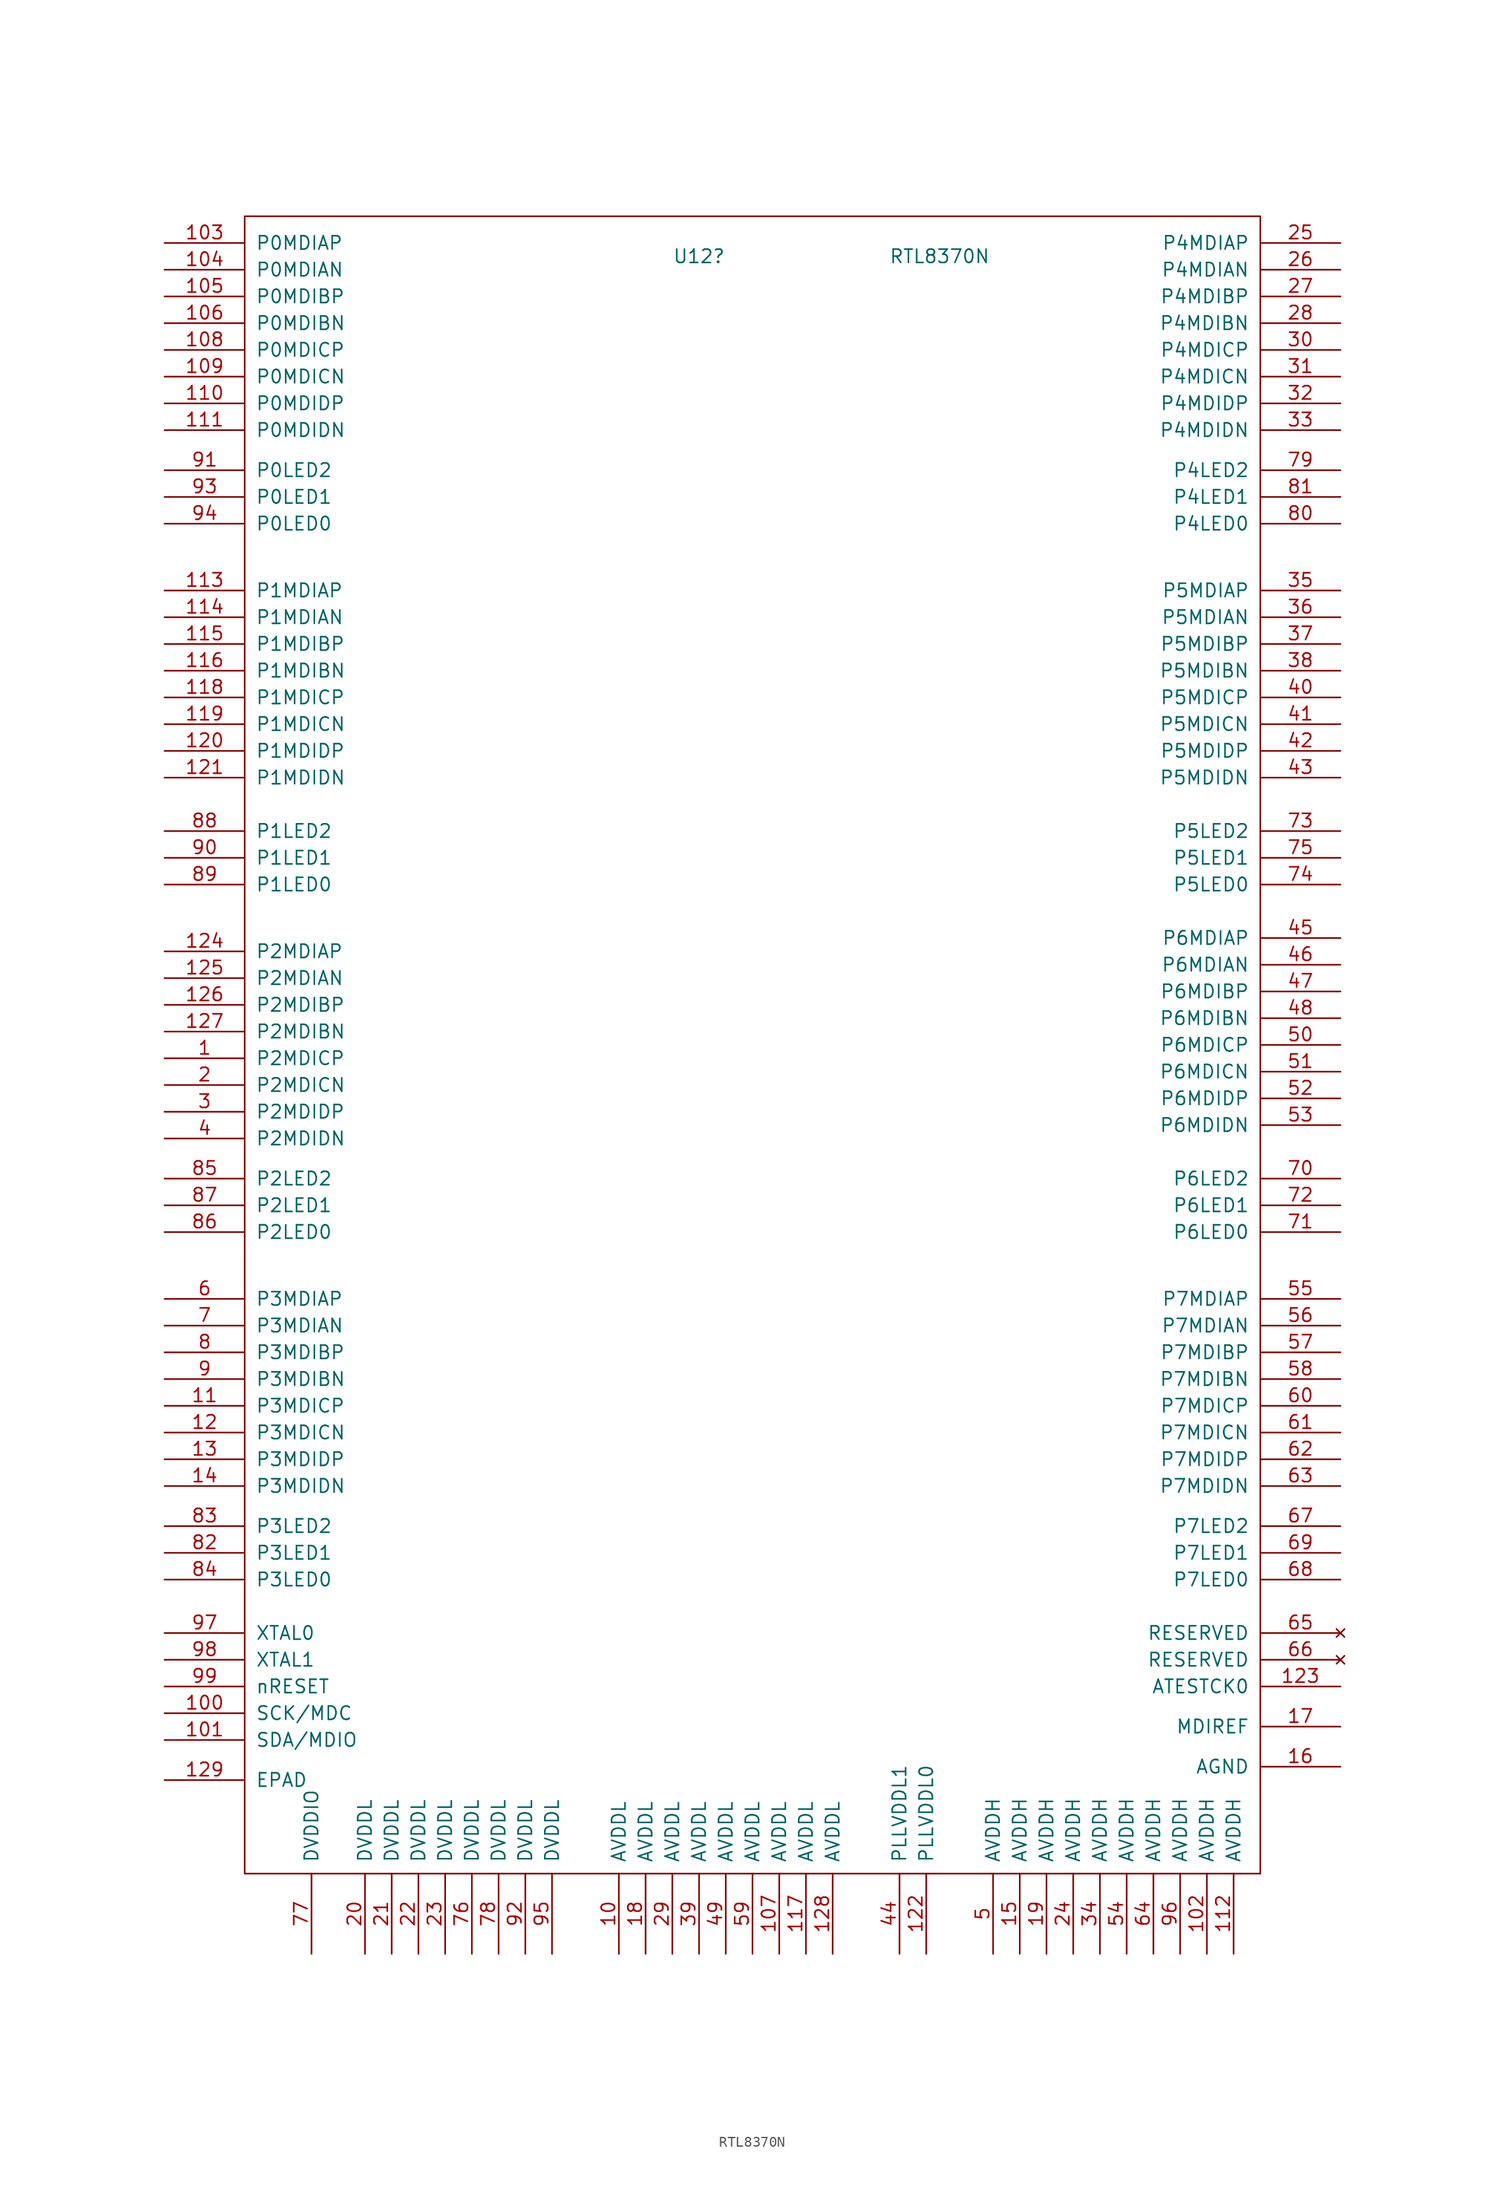
<source format=kicad_sym>
(kicad_symbol_lib
  (version 20220914)
  (generator kicad_symbol_editor)
  (symbol "RTL8370N"
    (pin_names
      (offset 1.016))
    (property "Reference" "U12"
      (at 31.75 158.75 0)
      (effects (font (size 1.27 1.27))))
    (property "Value" "RTL8370N"
      (at 54.61 158.75 0)
      (effects (font (size 1.27 1.27))))
    (symbol "RTL8370N_1_0"
      (rectangle (start -11.43 162.56) (end 85.09 5.08) (stroke (width 0) (type default)) (fill (type none))))
    (symbol "RTL8370N_1_1"
      (pin bidirectional line (at -19.05 82.55 0) (length 7.62) (name "P2MDICP" (effects (font (size 1.27 1.27)))) (number "1" (effects (font (size 1.27 1.27)))))
      (pin bidirectional line (at 24.13 -2.54 90) (length 7.62) (name "AVDDL" (effects (font (size 1.27 1.27)))) (number "10" (effects (font (size 1.27 1.27)))))
      (pin bidirectional line (at -19.05 20.32 0) (length 7.62) (name "SCK/MDC" (effects (font (size 1.27 1.27)))) (number "100" (effects (font (size 1.27 1.27)))))
      (pin bidirectional line (at -19.05 17.78 0) (length 7.62) (name "SDA/MDIO" (effects (font (size 1.27 1.27)))) (number "101" (effects (font (size 1.27 1.27)))))
      (pin bidirectional line (at 80.01 -2.54 90) (length 7.62) (name "AVDDH" (effects (font (size 1.27 1.27)))) (number "102" (effects (font (size 1.27 1.27)))))
      (pin bidirectional line (at -19.05 160.02 0) (length 7.62) (name "P0MDIAP" (effects (font (size 1.27 1.27)))) (number "103" (effects (font (size 1.27 1.27)))))
      (pin bidirectional line (at -19.05 157.48 0) (length 7.62) (name "P0MDIAN" (effects (font (size 1.27 1.27)))) (number "104" (effects (font (size 1.27 1.27)))))
      (pin bidirectional line (at -19.05 154.94 0) (length 7.62) (name "P0MDIBP" (effects (font (size 1.27 1.27)))) (number "105" (effects (font (size 1.27 1.27)))))
      (pin bidirectional line (at -19.05 152.4 0) (length 7.62) (name "P0MDIBN" (effects (font (size 1.27 1.27)))) (number "106" (effects (font (size 1.27 1.27)))))
      (pin bidirectional line (at 39.37 -2.54 90) (length 7.62) (name "AVDDL" (effects (font (size 1.27 1.27)))) (number "107" (effects (font (size 1.27 1.27)))))
      (pin bidirectional line (at -19.05 149.86 0) (length 7.62) (name "P0MDICP" (effects (font (size 1.27 1.27)))) (number "108" (effects (font (size 1.27 1.27)))))
      (pin bidirectional line (at -19.05 147.32 0) (length 7.62) (name "P0MDICN" (effects (font (size 1.27 1.27)))) (number "109" (effects (font (size 1.27 1.27)))))
      (pin bidirectional line (at -19.05 49.53 0) (length 7.62) (name "P3MDICP" (effects (font (size 1.27 1.27)))) (number "11" (effects (font (size 1.27 1.27)))))
      (pin bidirectional line (at -19.05 144.78 0) (length 7.62) (name "P0MDIDP" (effects (font (size 1.27 1.27)))) (number "110" (effects (font (size 1.27 1.27)))))
      (pin bidirectional line (at -19.05 142.24 0) (length 7.62) (name "P0MDIDN" (effects (font (size 1.27 1.27)))) (number "111" (effects (font (size 1.27 1.27)))))
      (pin bidirectional line (at 82.55 -2.54 90) (length 7.62) (name "AVDDH" (effects (font (size 1.27 1.27)))) (number "112" (effects (font (size 1.27 1.27)))))
      (pin bidirectional line (at -19.05 127 0) (length 7.62) (name "P1MDIAP" (effects (font (size 1.27 1.27)))) (number "113" (effects (font (size 1.27 1.27)))))
      (pin bidirectional line (at -19.05 124.46 0) (length 7.62) (name "P1MDIAN" (effects (font (size 1.27 1.27)))) (number "114" (effects (font (size 1.27 1.27)))))
      (pin bidirectional line (at -19.05 121.92 0) (length 7.62) (name "P1MDIBP" (effects (font (size 1.27 1.27)))) (number "115" (effects (font (size 1.27 1.27)))))
      (pin bidirectional line (at -19.05 119.38 0) (length 7.62) (name "P1MDIBN" (effects (font (size 1.27 1.27)))) (number "116" (effects (font (size 1.27 1.27)))))
      (pin bidirectional line (at 41.91 -2.54 90) (length 7.62) (name "AVDDL" (effects (font (size 1.27 1.27)))) (number "117" (effects (font (size 1.27 1.27)))))
      (pin bidirectional line (at -19.05 116.84 0) (length 7.62) (name "P1MDICP" (effects (font (size 1.27 1.27)))) (number "118" (effects (font (size 1.27 1.27)))))
      (pin bidirectional line (at -19.05 114.3 0) (length 7.62) (name "P1MDICN" (effects (font (size 1.27 1.27)))) (number "119" (effects (font (size 1.27 1.27)))))
      (pin bidirectional line (at -19.05 46.99 0) (length 7.62) (name "P3MDICN" (effects (font (size 1.27 1.27)))) (number "12" (effects (font (size 1.27 1.27)))))
      (pin bidirectional line (at -19.05 111.76 0) (length 7.62) (name "P1MDIDP" (effects (font (size 1.27 1.27)))) (number "120" (effects (font (size 1.27 1.27)))))
      (pin bidirectional line (at -19.05 109.22 0) (length 7.62) (name "P1MDIDN" (effects (font (size 1.27 1.27)))) (number "121" (effects (font (size 1.27 1.27)))))
      (pin bidirectional line (at 53.34 -2.54 90) (length 7.62) (name "PLLVDDL0" (effects (font (size 1.27 1.27)))) (number "122" (effects (font (size 1.27 1.27)))))
      (pin bidirectional line (at 92.71 22.86 180) (length 7.62) (name "ATESTCK0" (effects (font (size 1.27 1.27)))) (number "123" (effects (font (size 1.27 1.27)))))
      (pin bidirectional line (at -19.05 92.71 0) (length 7.62) (name "P2MDIAP" (effects (font (size 1.27 1.27)))) (number "124" (effects (font (size 1.27 1.27)))))
      (pin bidirectional line (at -19.05 90.17 0) (length 7.62) (name "P2MDIAN" (effects (font (size 1.27 1.27)))) (number "125" (effects (font (size 1.27 1.27)))))
      (pin bidirectional line (at -19.05 87.63 0) (length 7.62) (name "P2MDIBP" (effects (font (size 1.27 1.27)))) (number "126" (effects (font (size 1.27 1.27)))))
      (pin bidirectional line (at -19.05 85.09 0) (length 7.62) (name "P2MDIBN" (effects (font (size 1.27 1.27)))) (number "127" (effects (font (size 1.27 1.27)))))
      (pin bidirectional line (at 44.45 -2.54 90) (length 7.62) (name "AVDDL" (effects (font (size 1.27 1.27)))) (number "128" (effects (font (size 1.27 1.27)))))
      (pin input line (at -19.05 13.97 0) (length 7.62) (name "EPAD" (effects (font (size 1.27 1.27)))) (number "129" (effects (font (size 1.27 1.27)))))
      (pin bidirectional line (at -19.05 44.45 0) (length 7.62) (name "P3MDIDP" (effects (font (size 1.27 1.27)))) (number "13" (effects (font (size 1.27 1.27)))))
      (pin bidirectional line (at -19.05 41.91 0) (length 7.62) (name "P3MDIDN" (effects (font (size 1.27 1.27)))) (number "14" (effects (font (size 1.27 1.27)))))
      (pin bidirectional line (at 62.23 -2.54 90) (length 7.62) (name "AVDDH" (effects (font (size 1.27 1.27)))) (number "15" (effects (font (size 1.27 1.27)))))
      (pin bidirectional line (at 92.71 15.24 180) (length 7.62) (name "AGND" (effects (font (size 1.27 1.27)))) (number "16" (effects (font (size 1.27 1.27)))))
      (pin bidirectional line (at 92.71 19.05 180) (length 7.62) (name "MDIREF" (effects (font (size 1.27 1.27)))) (number "17" (effects (font (size 1.27 1.27)))))
      (pin bidirectional line (at 26.67 -2.54 90) (length 7.62) (name "AVDDL" (effects (font (size 1.27 1.27)))) (number "18" (effects (font (size 1.27 1.27)))))
      (pin bidirectional line (at 64.77 -2.54 90) (length 7.62) (name "AVDDH" (effects (font (size 1.27 1.27)))) (number "19" (effects (font (size 1.27 1.27)))))
      (pin bidirectional line (at -19.05 80.01 0) (length 7.62) (name "P2MDICN" (effects (font (size 1.27 1.27)))) (number "2" (effects (font (size 1.27 1.27)))))
      (pin bidirectional line (at 0 -2.54 90) (length 7.62) (name "DVDDL" (effects (font (size 1.27 1.27)))) (number "20" (effects (font (size 1.27 1.27)))))
      (pin bidirectional line (at 2.54 -2.54 90) (length 7.62) (name "DVDDL" (effects (font (size 1.27 1.27)))) (number "21" (effects (font (size 1.27 1.27)))))
      (pin bidirectional line (at 5.08 -2.54 90) (length 7.62) (name "DVDDL" (effects (font (size 1.27 1.27)))) (number "22" (effects (font (size 1.27 1.27)))))
      (pin bidirectional line (at 7.62 -2.54 90) (length 7.62) (name "DVDDL" (effects (font (size 1.27 1.27)))) (number "23" (effects (font (size 1.27 1.27)))))
      (pin bidirectional line (at 67.31 -2.54 90) (length 7.62) (name "AVDDH" (effects (font (size 1.27 1.27)))) (number "24" (effects (font (size 1.27 1.27)))))
      (pin bidirectional line (at 92.71 160.02 180) (length 7.62) (name "P4MDIAP" (effects (font (size 1.27 1.27)))) (number "25" (effects (font (size 1.27 1.27)))))
      (pin bidirectional line (at 92.71 157.48 180) (length 7.62) (name "P4MDIAN" (effects (font (size 1.27 1.27)))) (number "26" (effects (font (size 1.27 1.27)))))
      (pin bidirectional line (at 92.71 154.94 180) (length 7.62) (name "P4MDIBP" (effects (font (size 1.27 1.27)))) (number "27" (effects (font (size 1.27 1.27)))))
      (pin bidirectional line (at 92.71 152.4 180) (length 7.62) (name "P4MDIBN" (effects (font (size 1.27 1.27)))) (number "28" (effects (font (size 1.27 1.27)))))
      (pin bidirectional line (at 29.21 -2.54 90) (length 7.62) (name "AVDDL" (effects (font (size 1.27 1.27)))) (number "29" (effects (font (size 1.27 1.27)))))
      (pin bidirectional line (at -19.05 77.47 0) (length 7.62) (name "P2MDIDP" (effects (font (size 1.27 1.27)))) (number "3" (effects (font (size 1.27 1.27)))))
      (pin bidirectional line (at 92.71 149.86 180) (length 7.62) (name "P4MDICP" (effects (font (size 1.27 1.27)))) (number "30" (effects (font (size 1.27 1.27)))))
      (pin bidirectional line (at 92.71 147.32 180) (length 7.62) (name "P4MDICN" (effects (font (size 1.27 1.27)))) (number "31" (effects (font (size 1.27 1.27)))))
      (pin bidirectional line (at 92.71 144.78 180) (length 7.62) (name "P4MDIDP" (effects (font (size 1.27 1.27)))) (number "32" (effects (font (size 1.27 1.27)))))
      (pin bidirectional line (at 92.71 142.24 180) (length 7.62) (name "P4MDIDN" (effects (font (size 1.27 1.27)))) (number "33" (effects (font (size 1.27 1.27)))))
      (pin bidirectional line (at 69.85 -2.54 90) (length 7.62) (name "AVDDH" (effects (font (size 1.27 1.27)))) (number "34" (effects (font (size 1.27 1.27)))))
      (pin bidirectional line (at 92.71 127 180) (length 7.62) (name "P5MDIAP" (effects (font (size 1.27 1.27)))) (number "35" (effects (font (size 1.27 1.27)))))
      (pin bidirectional line (at 92.71 124.46 180) (length 7.62) (name "P5MDIAN" (effects (font (size 1.27 1.27)))) (number "36" (effects (font (size 1.27 1.27)))))
      (pin bidirectional line (at 92.71 121.92 180) (length 7.62) (name "P5MDIBP" (effects (font (size 1.27 1.27)))) (number "37" (effects (font (size 1.27 1.27)))))
      (pin bidirectional line (at 92.71 119.38 180) (length 7.62) (name "P5MDIBN" (effects (font (size 1.27 1.27)))) (number "38" (effects (font (size 1.27 1.27)))))
      (pin bidirectional line (at 31.75 -2.54 90) (length 7.62) (name "AVDDL" (effects (font (size 1.27 1.27)))) (number "39" (effects (font (size 1.27 1.27)))))
      (pin bidirectional line (at -19.05 74.93 0) (length 7.62) (name "P2MDIDN" (effects (font (size 1.27 1.27)))) (number "4" (effects (font (size 1.27 1.27)))))
      (pin bidirectional line (at 92.71 116.84 180) (length 7.62) (name "P5MDICP" (effects (font (size 1.27 1.27)))) (number "40" (effects (font (size 1.27 1.27)))))
      (pin bidirectional line (at 92.71 114.3 180) (length 7.62) (name "P5MDICN" (effects (font (size 1.27 1.27)))) (number "41" (effects (font (size 1.27 1.27)))))
      (pin bidirectional line (at 92.71 111.76 180) (length 7.62) (name "P5MDIDP" (effects (font (size 1.27 1.27)))) (number "42" (effects (font (size 1.27 1.27)))))
      (pin bidirectional line (at 92.71 109.22 180) (length 7.62) (name "P5MDIDN" (effects (font (size 1.27 1.27)))) (number "43" (effects (font (size 1.27 1.27)))))
      (pin bidirectional line (at 50.8 -2.54 90) (length 7.62) (name "PLLVDDL1" (effects (font (size 1.27 1.27)))) (number "44" (effects (font (size 1.27 1.27)))))
      (pin bidirectional line (at 92.71 93.98 180) (length 7.62) (name "P6MDIAP" (effects (font (size 1.27 1.27)))) (number "45" (effects (font (size 1.27 1.27)))))
      (pin bidirectional line (at 92.71 91.44 180) (length 7.62) (name "P6MDIAN" (effects (font (size 1.27 1.27)))) (number "46" (effects (font (size 1.27 1.27)))))
      (pin bidirectional line (at 92.71 88.9 180) (length 7.62) (name "P6MDIBP" (effects (font (size 1.27 1.27)))) (number "47" (effects (font (size 1.27 1.27)))))
      (pin bidirectional line (at 92.71 86.36 180) (length 7.62) (name "P6MDIBN" (effects (font (size 1.27 1.27)))) (number "48" (effects (font (size 1.27 1.27)))))
      (pin bidirectional line (at 34.29 -2.54 90) (length 7.62) (name "AVDDL" (effects (font (size 1.27 1.27)))) (number "49" (effects (font (size 1.27 1.27)))))
      (pin bidirectional line (at 59.69 -2.54 90) (length 7.62) (name "AVDDH" (effects (font (size 1.27 1.27)))) (number "5" (effects (font (size 1.27 1.27)))))
      (pin bidirectional line (at 92.71 83.82 180) (length 7.62) (name "P6MDICP" (effects (font (size 1.27 1.27)))) (number "50" (effects (font (size 1.27 1.27)))))
      (pin bidirectional line (at 92.71 81.28 180) (length 7.62) (name "P6MDICN" (effects (font (size 1.27 1.27)))) (number "51" (effects (font (size 1.27 1.27)))))
      (pin bidirectional line (at 92.71 78.74 180) (length 7.62) (name "P6MDIDP" (effects (font (size 1.27 1.27)))) (number "52" (effects (font (size 1.27 1.27)))))
      (pin bidirectional line (at 92.71 76.2 180) (length 7.62) (name "P6MDIDN" (effects (font (size 1.27 1.27)))) (number "53" (effects (font (size 1.27 1.27)))))
      (pin bidirectional line (at 72.39 -2.54 90) (length 7.62) (name "AVDDH" (effects (font (size 1.27 1.27)))) (number "54" (effects (font (size 1.27 1.27)))))
      (pin bidirectional line (at 92.71 59.69 180) (length 7.62) (name "P7MDIAP" (effects (font (size 1.27 1.27)))) (number "55" (effects (font (size 1.27 1.27)))))
      (pin bidirectional line (at 92.71 57.15 180) (length 7.62) (name "P7MDIAN" (effects (font (size 1.27 1.27)))) (number "56" (effects (font (size 1.27 1.27)))))
      (pin bidirectional line (at 92.71 54.61 180) (length 7.62) (name "P7MDIBP" (effects (font (size 1.27 1.27)))) (number "57" (effects (font (size 1.27 1.27)))))
      (pin bidirectional line (at 92.71 52.07 180) (length 7.62) (name "P7MDIBN" (effects (font (size 1.27 1.27)))) (number "58" (effects (font (size 1.27 1.27)))))
      (pin bidirectional line (at 36.83 -2.54 90) (length 7.62) (name "AVDDL" (effects (font (size 1.27 1.27)))) (number "59" (effects (font (size 1.27 1.27)))))
      (pin bidirectional line (at -19.05 59.69 0) (length 7.62) (name "P3MDIAP" (effects (font (size 1.27 1.27)))) (number "6" (effects (font (size 1.27 1.27)))))
      (pin bidirectional line (at 92.71 49.53 180) (length 7.62) (name "P7MDICP" (effects (font (size 1.27 1.27)))) (number "60" (effects (font (size 1.27 1.27)))))
      (pin bidirectional line (at 92.71 46.99 180) (length 7.62) (name "P7MDICN" (effects (font (size 1.27 1.27)))) (number "61" (effects (font (size 1.27 1.27)))))
      (pin bidirectional line (at 92.71 44.45 180) (length 7.62) (name "P7MDIDP" (effects (font (size 1.27 1.27)))) (number "62" (effects (font (size 1.27 1.27)))))
      (pin bidirectional line (at 92.71 41.91 180) (length 7.62) (name "P7MDIDN" (effects (font (size 1.27 1.27)))) (number "63" (effects (font (size 1.27 1.27)))))
      (pin bidirectional line (at 74.93 -2.54 90) (length 7.62) (name "AVDDH" (effects (font (size 1.27 1.27)))) (number "64" (effects (font (size 1.27 1.27)))))
      (pin no_connect line (at 92.71 27.94 180) (length 7.62) (name "RESERVED" (effects (font (size 1.27 1.27)))) (number "65" (effects (font (size 1.27 1.27)))))
      (pin no_connect line (at 92.71 25.4 180) (length 7.62) (name "RESERVED" (effects (font (size 1.27 1.27)))) (number "66" (effects (font (size 1.27 1.27)))))
      (pin bidirectional line (at 92.71 38.1 180) (length 7.62) (name "P7LED2" (effects (font (size 1.27 1.27)))) (number "67" (effects (font (size 1.27 1.27)))))
      (pin bidirectional line (at 92.71 33.02 180) (length 7.62) (name "P7LED0" (effects (font (size 1.27 1.27)))) (number "68" (effects (font (size 1.27 1.27)))))
      (pin bidirectional line (at 92.71 35.56 180) (length 7.62) (name "P7LED1" (effects (font (size 1.27 1.27)))) (number "69" (effects (font (size 1.27 1.27)))))
      (pin bidirectional line (at -19.05 57.15 0) (length 7.62) (name "P3MDIAN" (effects (font (size 1.27 1.27)))) (number "7" (effects (font (size 1.27 1.27)))))
      (pin bidirectional line (at 92.71 71.12 180) (length 7.62) (name "P6LED2" (effects (font (size 1.27 1.27)))) (number "70" (effects (font (size 1.27 1.27)))))
      (pin bidirectional line (at 92.71 66.04 180) (length 7.62) (name "P6LED0" (effects (font (size 1.27 1.27)))) (number "71" (effects (font (size 1.27 1.27)))))
      (pin bidirectional line (at 92.71 68.58 180) (length 7.62) (name "P6LED1" (effects (font (size 1.27 1.27)))) (number "72" (effects (font (size 1.27 1.27)))))
      (pin bidirectional line (at 92.71 104.14 180) (length 7.62) (name "P5LED2" (effects (font (size 1.27 1.27)))) (number "73" (effects (font (size 1.27 1.27)))))
      (pin bidirectional line (at 92.71 99.06 180) (length 7.62) (name "P5LED0" (effects (font (size 1.27 1.27)))) (number "74" (effects (font (size 1.27 1.27)))))
      (pin bidirectional line (at 92.71 101.6 180) (length 7.62) (name "P5LED1" (effects (font (size 1.27 1.27)))) (number "75" (effects (font (size 1.27 1.27)))))
      (pin bidirectional line (at 10.16 -2.54 90) (length 7.62) (name "DVDDL" (effects (font (size 1.27 1.27)))) (number "76" (effects (font (size 1.27 1.27)))))
      (pin bidirectional line (at -5.08 -2.54 90) (length 7.62) (name "DVDDIO" (effects (font (size 1.27 1.27)))) (number "77" (effects (font (size 1.27 1.27)))))
      (pin bidirectional line (at 12.7 -2.54 90) (length 7.62) (name "DVDDL" (effects (font (size 1.27 1.27)))) (number "78" (effects (font (size 1.27 1.27)))))
      (pin bidirectional line (at 92.71 138.43 180) (length 7.62) (name "P4LED2" (effects (font (size 1.27 1.27)))) (number "79" (effects (font (size 1.27 1.27)))))
      (pin bidirectional line (at -19.05 54.61 0) (length 7.62) (name "P3MDIBP" (effects (font (size 1.27 1.27)))) (number "8" (effects (font (size 1.27 1.27)))))
      (pin bidirectional line (at 92.71 133.35 180) (length 7.62) (name "P4LED0" (effects (font (size 1.27 1.27)))) (number "80" (effects (font (size 1.27 1.27)))))
      (pin bidirectional line (at 92.71 135.89 180) (length 7.62) (name "P4LED1" (effects (font (size 1.27 1.27)))) (number "81" (effects (font (size 1.27 1.27)))))
      (pin bidirectional line (at -19.05 35.56 0) (length 7.62) (name "P3LED1" (effects (font (size 1.27 1.27)))) (number "82" (effects (font (size 1.27 1.27)))))
      (pin bidirectional line (at -19.05 38.1 0) (length 7.62) (name "P3LED2" (effects (font (size 1.27 1.27)))) (number "83" (effects (font (size 1.27 1.27)))))
      (pin bidirectional line (at -19.05 33.02 0) (length 7.62) (name "P3LED0" (effects (font (size 1.27 1.27)))) (number "84" (effects (font (size 1.27 1.27)))))
      (pin bidirectional line (at -19.05 71.12 0) (length 7.62) (name "P2LED2" (effects (font (size 1.27 1.27)))) (number "85" (effects (font (size 1.27 1.27)))))
      (pin bidirectional line (at -19.05 66.04 0) (length 7.62) (name "P2LED0" (effects (font (size 1.27 1.27)))) (number "86" (effects (font (size 1.27 1.27)))))
      (pin bidirectional line (at -19.05 68.58 0) (length 7.62) (name "P2LED1" (effects (font (size 1.27 1.27)))) (number "87" (effects (font (size 1.27 1.27)))))
      (pin bidirectional line (at -19.05 104.14 0) (length 7.62) (name "P1LED2" (effects (font (size 1.27 1.27)))) (number "88" (effects (font (size 1.27 1.27)))))
      (pin bidirectional line (at -19.05 99.06 0) (length 7.62) (name "P1LED0" (effects (font (size 1.27 1.27)))) (number "89" (effects (font (size 1.27 1.27)))))
      (pin bidirectional line (at -19.05 52.07 0) (length 7.62) (name "P3MDIBN" (effects (font (size 1.27 1.27)))) (number "9" (effects (font (size 1.27 1.27)))))
      (pin bidirectional line (at -19.05 101.6 0) (length 7.62) (name "P1LED1" (effects (font (size 1.27 1.27)))) (number "90" (effects (font (size 1.27 1.27)))))
      (pin bidirectional line (at -19.05 138.43 0) (length 7.62) (name "P0LED2" (effects (font (size 1.27 1.27)))) (number "91" (effects (font (size 1.27 1.27)))))
      (pin bidirectional line (at 15.24 -2.54 90) (length 7.62) (name "DVDDL" (effects (font (size 1.27 1.27)))) (number "92" (effects (font (size 1.27 1.27)))))
      (pin bidirectional line (at -19.05 135.89 0) (length 7.62) (name "P0LED1" (effects (font (size 1.27 1.27)))) (number "93" (effects (font (size 1.27 1.27)))))
      (pin bidirectional line (at -19.05 133.35 0) (length 7.62) (name "P0LED0" (effects (font (size 1.27 1.27)))) (number "94" (effects (font (size 1.27 1.27)))))
      (pin bidirectional line (at 17.78 -2.54 90) (length 7.62) (name "DVDDL" (effects (font (size 1.27 1.27)))) (number "95" (effects (font (size 1.27 1.27)))))
      (pin bidirectional line (at 77.47 -2.54 90) (length 7.62) (name "AVDDH" (effects (font (size 1.27 1.27)))) (number "96" (effects (font (size 1.27 1.27)))))
      (pin bidirectional line (at -19.05 27.94 0) (length 7.62) (name "XTAL0" (effects (font (size 1.27 1.27)))) (number "97" (effects (font (size 1.27 1.27)))))
      (pin bidirectional line (at -19.05 25.4 0) (length 7.62) (name "XTAL1" (effects (font (size 1.27 1.27)))) (number "98" (effects (font (size 1.27 1.27)))))
      (pin bidirectional line (at -19.05 22.86 0) (length 7.62) (name "nRESET" (effects (font (size 1.27 1.27)))) (number "99" (effects (font (size 1.27 1.27))))))))
</source>
